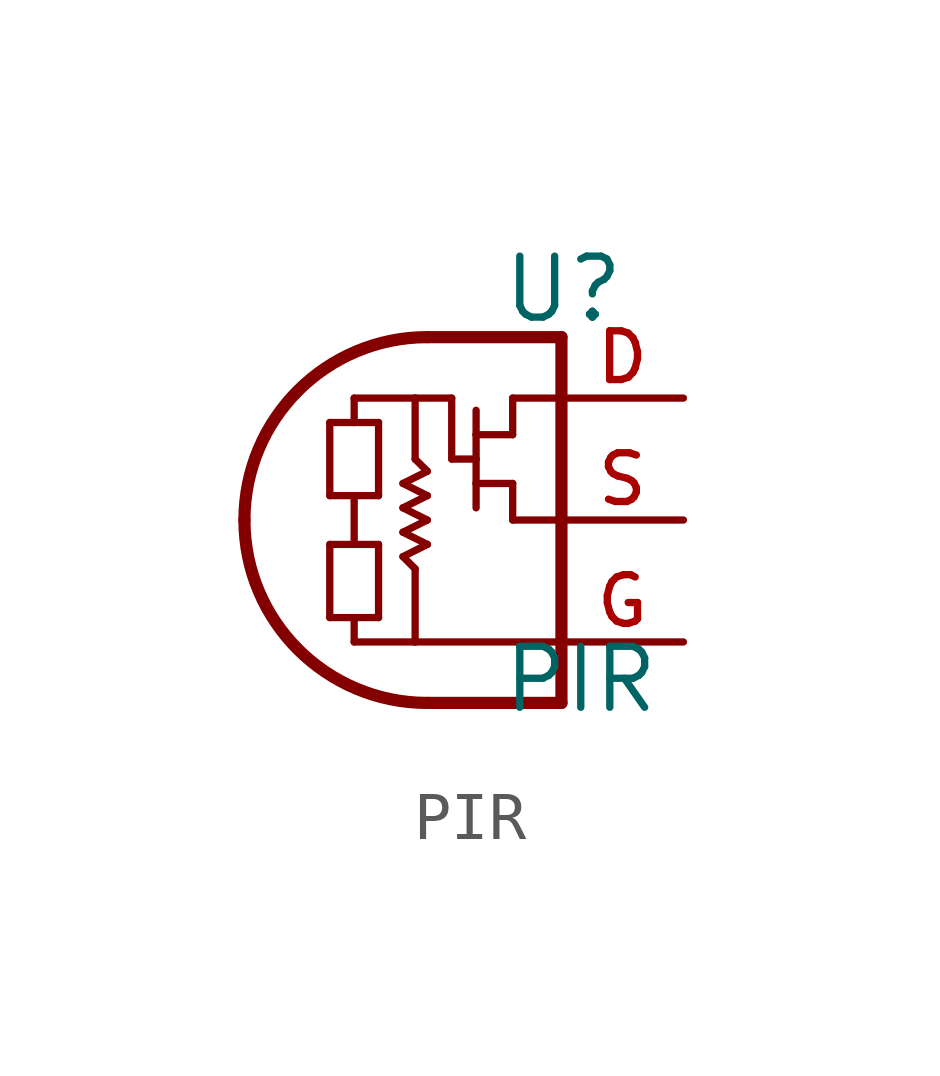
<source format=kicad_sym>
(kicad_symbol_lib
  (version 20220914)
  (generator kicad_symbol_editor)
  (symbol "PIR"
    (pin_names
      (offset 1.016) hide)
    (property "Reference" "U"
      (at 3.81 4.064 0)
      (effects (font (size 1.27 1.27)) (justify left bottom)))
    (property "Value" "PIR"
      (at 3.81 -4.064 0)
      (effects (font (size 1.27 1.27)) (justify left bottom)))
    (property "ki_locked" ""
      (at 0 0 0)
      (effects (font (size 1.27 1.27))))
    (symbol "PIR_0_0"
      (arc (start -1.524 0) (mid -0.4081 -2.6941) (end 2.286 -3.81) (stroke (width 0.254) (type default)) (fill (type none)))
      (polyline (pts (xy 0.254 -2.032) (xy 0.762 -2.032)) (stroke (width 0.152) (type default)) (fill (type none)))
      (polyline (pts (xy 0.254 -0.508) (xy 0.254 -2.032)) (stroke (width 0.152) (type default)) (fill (type none)))
      (polyline (pts (xy 0.254 0.508) (xy 0.762 0.508)) (stroke (width 0.152) (type default)) (fill (type none)))
      (polyline (pts (xy 0.254 2.032) (xy 0.254 0.508)) (stroke (width 0.152) (type default)) (fill (type none)))
      (polyline (pts (xy 0.762 -2.54) (xy 0.762 -2.032)) (stroke (width 0.152) (type default)) (fill (type none)))
      (polyline (pts (xy 0.762 -2.032) (xy 1.27 -2.032)) (stroke (width 0.152) (type default)) (fill (type none)))
      (polyline (pts (xy 0.762 -0.508) (xy 0.254 -0.508)) (stroke (width 0.152) (type default)) (fill (type none)))
      (polyline (pts (xy 0.762 -0.508) (xy 0.762 0.508)) (stroke (width 0.152) (type default)) (fill (type none)))
      (polyline (pts (xy 0.762 0.508) (xy 1.27 0.508)) (stroke (width 0.152) (type default)) (fill (type none)))
      (polyline (pts (xy 0.762 2.032) (xy 0.254 2.032)) (stroke (width 0.152) (type default)) (fill (type none)))
      (polyline (pts (xy 0.762 2.032) (xy 0.762 2.54)) (stroke (width 0.152) (type default)) (fill (type none)))
      (polyline (pts (xy 1.27 -2.032) (xy 1.27 -0.508)) (stroke (width 0.152) (type default)) (fill (type none)))
      (polyline (pts (xy 1.27 -0.508) (xy 0.762 -0.508)) (stroke (width 0.152) (type default)) (fill (type none)))
      (polyline (pts (xy 1.27 0.508) (xy 1.27 2.032)) (stroke (width 0.152) (type default)) (fill (type none)))
      (polyline (pts (xy 1.27 2.032) (xy 0.762 2.032)) (stroke (width 0.152) (type default)) (fill (type none)))
      (polyline (pts (xy 1.778 -0.762) (xy 2.032 -1.016)) (stroke (width 0.152) (type default)) (fill (type none)))
      (polyline (pts (xy 1.778 -0.254) (xy 2.286 -0.508)) (stroke (width 0.152) (type default)) (fill (type none)))
      (polyline (pts (xy 1.778 0.254) (xy 2.286 0)) (stroke (width 0.152) (type default)) (fill (type none)))
      (polyline (pts (xy 1.778 0.762) (xy 2.286 0.508)) (stroke (width 0.152) (type default)) (fill (type none)))
      (polyline (pts (xy 2.032 -2.54) (xy 0.762 -2.54)) (stroke (width 0.152) (type default)) (fill (type none)))
      (polyline (pts (xy 2.032 -2.54) (xy 5.08 -2.54)) (stroke (width 0.152) (type default)) (fill (type none)))
      (polyline (pts (xy 2.032 -1.016) (xy 2.032 -2.54)) (stroke (width 0.152) (type default)) (fill (type none)))
      (polyline (pts (xy 2.032 1.27) (xy 2.286 1.016)) (stroke (width 0.152) (type default)) (fill (type none)))
      (polyline (pts (xy 2.032 2.54) (xy 0.762 2.54)) (stroke (width 0.152) (type default)) (fill (type none)))
      (polyline (pts (xy 2.032 2.54) (xy 2.032 1.27)) (stroke (width 0.152) (type default)) (fill (type none)))
      (polyline (pts (xy 2.286 -3.81) (xy 5.08 -3.81)) (stroke (width 0.254) (type default)) (fill (type none)))
      (polyline (pts (xy 2.286 -0.508) (xy 1.778 -0.762)) (stroke (width 0.152) (type default)) (fill (type none)))
      (polyline (pts (xy 2.286 0) (xy 1.778 -0.254)) (stroke (width 0.152) (type default)) (fill (type none)))
      (polyline (pts (xy 2.286 0.508) (xy 1.778 0.254)) (stroke (width 0.152) (type default)) (fill (type none)))
      (polyline (pts (xy 2.286 1.016) (xy 1.778 0.762)) (stroke (width 0.152) (type default)) (fill (type none)))
      (polyline (pts (xy 2.794 1.27) (xy 2.794 2.54)) (stroke (width 0.152) (type default)) (fill (type none)))
      (polyline (pts (xy 2.794 2.54) (xy 2.032 2.54)) (stroke (width 0.152) (type default)) (fill (type none)))
      (polyline (pts (xy 3.302 0.254) (xy 3.302 0.762)) (stroke (width 0.152) (type default)) (fill (type none)))
      (polyline (pts (xy 3.302 0.762) (xy 4.064 0.762)) (stroke (width 0.152) (type default)) (fill (type none)))
      (polyline (pts (xy 3.302 1.27) (xy 2.794 1.27)) (stroke (width 0.152) (type default)) (fill (type none)))
      (polyline (pts (xy 3.302 1.27) (xy 3.302 0.762)) (stroke (width 0.152) (type default)) (fill (type none)))
      (polyline (pts (xy 3.302 1.778) (xy 3.302 1.27)) (stroke (width 0.152) (type default)) (fill (type none)))
      (polyline (pts (xy 3.302 1.778) (xy 3.302 2.286)) (stroke (width 0.152) (type default)) (fill (type none)))
      (polyline (pts (xy 4.064 0) (xy 5.08 0)) (stroke (width 0.152) (type default)) (fill (type none)))
      (polyline (pts (xy 4.064 0.762) (xy 4.064 0)) (stroke (width 0.152) (type default)) (fill (type none)))
      (polyline (pts (xy 4.064 1.778) (xy 3.302 1.778)) (stroke (width 0.152) (type default)) (fill (type none)))
      (polyline (pts (xy 4.064 2.54) (xy 4.064 1.778)) (stroke (width 0.152) (type default)) (fill (type none)))
      (polyline (pts (xy 4.064 2.54) (xy 5.08 2.54)) (stroke (width 0.152) (type default)) (fill (type none)))
      (polyline (pts (xy 5.08 -3.81) (xy 5.08 -2.54)) (stroke (width 0.254) (type default)) (fill (type none)))
      (polyline (pts (xy 5.08 -2.54) (xy 5.08 0)) (stroke (width 0.254) (type default)) (fill (type none)))
      (polyline (pts (xy 5.08 0) (xy 5.08 2.54)) (stroke (width 0.254) (type default)) (fill (type none)))
      (polyline (pts (xy 5.08 2.54) (xy 5.08 3.81)) (stroke (width 0.254) (type default)) (fill (type none)))
      (polyline (pts (xy 5.08 3.81) (xy 2.286 3.81)) (stroke (width 0.254) (type default)) (fill (type none)))
      (arc (start 2.286 3.81) (mid -0.4081 2.6941) (end -1.524 0) (stroke (width 0.254) (type default)) (fill (type none)))
      (pin input line (at 7.62 2.54 180) (length 2.54) (name "D" (effects (font (size 1.016 1.016)))) (number "D" (effects (font (size 1.016 1.016)))))
      (pin power_in line (at 7.62 -2.54 180) (length 2.54) (name "G" (effects (font (size 1.016 1.016)))) (number "G" (effects (font (size 1.016 1.016)))))
      (pin bidirectional line (at 7.62 0 180) (length 2.54) (name "S" (effects (font (size 1.016 1.016)))) (number "S" (effects (font (size 1.016 1.016))))))))
</source>
